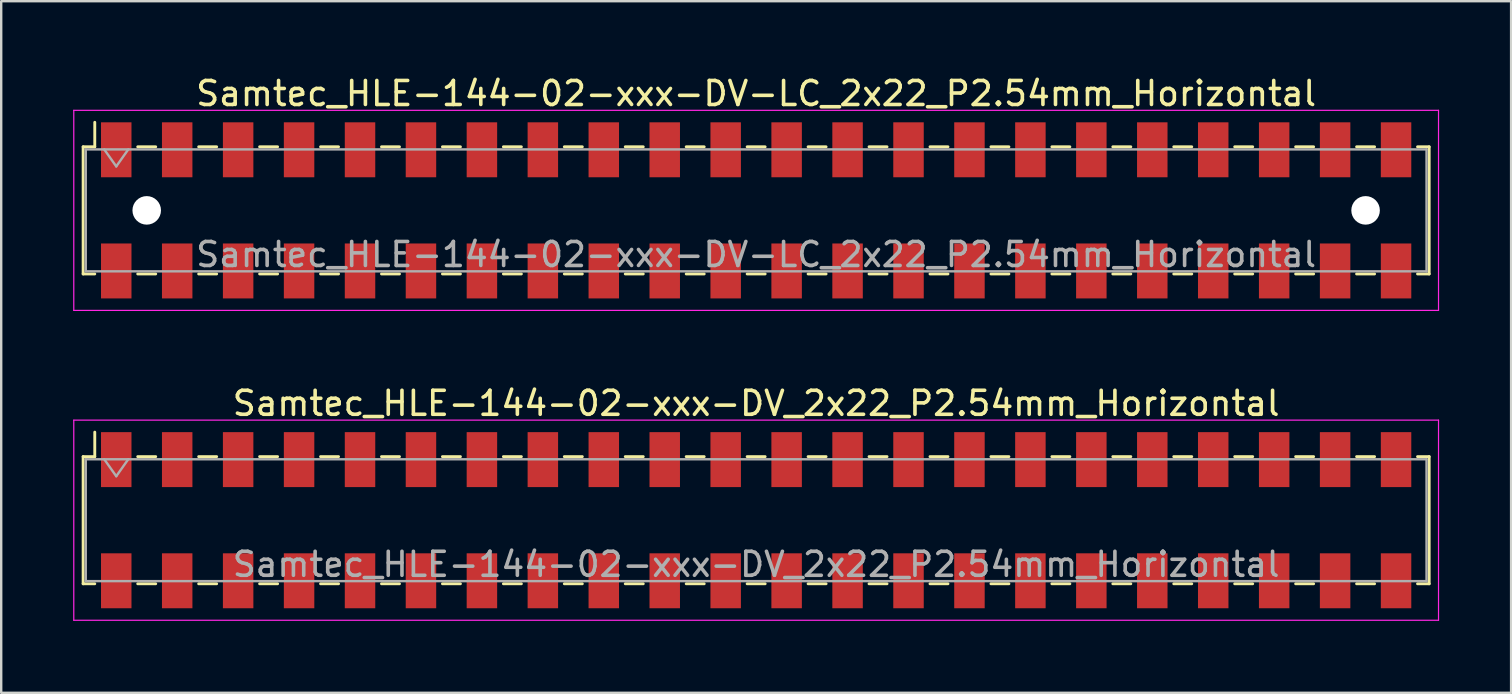
<source format=kicad_pcb>
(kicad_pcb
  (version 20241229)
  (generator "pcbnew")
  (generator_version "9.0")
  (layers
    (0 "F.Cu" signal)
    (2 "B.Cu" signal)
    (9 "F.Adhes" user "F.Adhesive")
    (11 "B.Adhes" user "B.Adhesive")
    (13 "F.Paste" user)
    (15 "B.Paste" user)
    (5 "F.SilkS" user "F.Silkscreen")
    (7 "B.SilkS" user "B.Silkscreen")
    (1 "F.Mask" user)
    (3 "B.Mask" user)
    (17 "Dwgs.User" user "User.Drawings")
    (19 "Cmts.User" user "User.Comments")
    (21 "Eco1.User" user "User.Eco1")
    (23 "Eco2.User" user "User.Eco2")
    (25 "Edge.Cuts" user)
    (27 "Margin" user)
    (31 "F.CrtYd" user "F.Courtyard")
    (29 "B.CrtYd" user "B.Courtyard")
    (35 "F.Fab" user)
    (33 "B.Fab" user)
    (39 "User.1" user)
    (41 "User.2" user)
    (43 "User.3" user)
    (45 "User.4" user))
  (footprint "Samtec_HLE-144-02-xxx-DV_2x22_P2.54mm_Horizontal"
    (layer "F.Cu")
    (at 28.465 18.631)
    (property "Reference" "Samtec_HLE-144-02-xxx-DV_2x22_P2.54mm_Horizontal" (at 0 -4.87 0) (layer "F.SilkS") (effects (font (size 1 1) (thickness 0.15))))
    (attr smd)
    (fp_line (start -28.05 -2.65) (end -28.05 2.65) (stroke (width 0.12) (type solid)) (layer "F.SilkS"))
    (fp_line (start -28.05 2.65) (end -27.565 2.65) (stroke (width 0.12) (type solid)) (layer "F.SilkS"))
    (fp_line (start -27.565 -3.67) (end -27.565 -2.65) (stroke (width 0.12) (type solid)) (layer "F.SilkS"))
    (fp_line (start -27.565 -2.65) (end -28.05 -2.65) (stroke (width 0.12) (type solid)) (layer "F.SilkS"))
    (fp_line (start -25.775 -2.65) (end -25.025 -2.65) (stroke (width 0.12) (type solid)) (layer "F.SilkS"))
    (fp_line (start -25.775 2.65) (end -25.025 2.65) (stroke (width 0.12) (type solid)) (layer "F.SilkS"))
    (fp_line (start -23.235 -2.65) (end -22.485 -2.65) (stroke (width 0.12) (type solid)) (layer "F.SilkS"))
    (fp_line (start -23.235 2.65) (end -22.485 2.65) (stroke (width 0.12) (type solid)) (layer "F.SilkS"))
    (fp_line (start -20.695 -2.65) (end -19.945 -2.65) (stroke (width 0.12) (type solid)) (layer "F.SilkS"))
    (fp_line (start -20.695 2.65) (end -19.945 2.65) (stroke (width 0.12) (type solid)) (layer "F.SilkS"))
    (fp_line (start -18.155 -2.65) (end -17.405 -2.65) (stroke (width 0.12) (type solid)) (layer "F.SilkS"))
    (fp_line (start -18.155 2.65) (end -17.405 2.65) (stroke (width 0.12) (type solid)) (layer "F.SilkS"))
    (fp_line (start -15.615 -2.65) (end -14.865 -2.65) (stroke (width 0.12) (type solid)) (layer "F.SilkS"))
    (fp_line (start -15.615 2.65) (end -14.865 2.65) (stroke (width 0.12) (type solid)) (layer "F.SilkS"))
    (fp_line (start -13.075 -2.65) (end -12.325 -2.65) (stroke (width 0.12) (type solid)) (layer "F.SilkS"))
    (fp_line (start -13.075 2.65) (end -12.325 2.65) (stroke (width 0.12) (type solid)) (layer "F.SilkS"))
    (fp_line (start -10.535 -2.65) (end -9.785 -2.65) (stroke (width 0.12) (type solid)) (layer "F.SilkS"))
    (fp_line (start -10.535 2.65) (end -9.785 2.65) (stroke (width 0.12) (type solid)) (layer "F.SilkS"))
    (fp_line (start -7.995 -2.65) (end -7.245 -2.65) (stroke (width 0.12) (type solid)) (layer "F.SilkS"))
    (fp_line (start -7.995 2.65) (end -7.245 2.65) (stroke (width 0.12) (type solid)) (layer "F.SilkS"))
    (fp_line (start -5.455 -2.65) (end -4.705 -2.65) (stroke (width 0.12) (type solid)) (layer "F.SilkS"))
    (fp_line (start -5.455 2.65) (end -4.705 2.65) (stroke (width 0.12) (type solid)) (layer "F.SilkS"))
    (fp_line (start -2.915 -2.65) (end -2.165 -2.65) (stroke (width 0.12) (type solid)) (layer "F.SilkS"))
    (fp_line (start -2.915 2.65) (end -2.165 2.65) (stroke (width 0.12) (type solid)) (layer "F.SilkS"))
    (fp_line (start -0.375 -2.65) (end 0.375 -2.65) (stroke (width 0.12) (type solid)) (layer "F.SilkS"))
    (fp_line (start -0.375 2.65) (end 0.375 2.65) (stroke (width 0.12) (type solid)) (layer "F.SilkS"))
    (fp_line (start 2.165 -2.65) (end 2.915 -2.65) (stroke (width 0.12) (type solid)) (layer "F.SilkS"))
    (fp_line (start 2.165 2.65) (end 2.915 2.65) (stroke (width 0.12) (type solid)) (layer "F.SilkS"))
    (fp_line (start 4.705 -2.65) (end 5.455 -2.65) (stroke (width 0.12) (type solid)) (layer "F.SilkS"))
    (fp_line (start 4.705 2.65) (end 5.455 2.65) (stroke (width 0.12) (type solid)) (layer "F.SilkS"))
    (fp_line (start 7.245 -2.65) (end 7.995 -2.65) (stroke (width 0.12) (type solid)) (layer "F.SilkS"))
    (fp_line (start 7.245 2.65) (end 7.995 2.65) (stroke (width 0.12) (type solid)) (layer "F.SilkS"))
    (fp_line (start 9.785 -2.65) (end 10.535 -2.65) (stroke (width 0.12) (type solid)) (layer "F.SilkS"))
    (fp_line (start 9.785 2.65) (end 10.535 2.65) (stroke (width 0.12) (type solid)) (layer "F.SilkS"))
    (fp_line (start 12.325 -2.65) (end 13.075 -2.65) (stroke (width 0.12) (type solid)) (layer "F.SilkS"))
    (fp_line (start 12.325 2.65) (end 13.075 2.65) (stroke (width 0.12) (type solid)) (layer "F.SilkS"))
    (fp_line (start 14.865 -2.65) (end 15.615 -2.65) (stroke (width 0.12) (type solid)) (layer "F.SilkS"))
    (fp_line (start 14.865 2.65) (end 15.615 2.65) (stroke (width 0.12) (type solid)) (layer "F.SilkS"))
    (fp_line (start 17.405 -2.65) (end 18.155 -2.65) (stroke (width 0.12) (type solid)) (layer "F.SilkS"))
    (fp_line (start 17.405 2.65) (end 18.155 2.65) (stroke (width 0.12) (type solid)) (layer "F.SilkS"))
    (fp_line (start 19.945 -2.65) (end 20.695 -2.65) (stroke (width 0.12) (type solid)) (layer "F.SilkS"))
    (fp_line (start 19.945 2.65) (end 20.695 2.65) (stroke (width 0.12) (type solid)) (layer "F.SilkS"))
    (fp_line (start 22.485 -2.65) (end 23.235 -2.65) (stroke (width 0.12) (type solid)) (layer "F.SilkS"))
    (fp_line (start 22.485 2.65) (end 23.235 2.65) (stroke (width 0.12) (type solid)) (layer "F.SilkS"))
    (fp_line (start 25.025 -2.65) (end 25.775 -2.65) (stroke (width 0.12) (type solid)) (layer "F.SilkS"))
    (fp_line (start 25.025 2.65) (end 25.775 2.65) (stroke (width 0.12) (type solid)) (layer "F.SilkS"))
    (fp_line (start 27.565 -2.65) (end 28.05 -2.65) (stroke (width 0.12) (type solid)) (layer "F.SilkS"))
    (fp_line (start 28.05 -2.65) (end 28.05 2.65) (stroke (width 0.12) (type solid)) (layer "F.SilkS"))
    (fp_line (start 28.05 2.65) (end 27.565 2.65) (stroke (width 0.12) (type solid)) (layer "F.SilkS"))
    (fp_line (start -28.44 -4.17) (end 28.44 -4.17) (stroke (width 0.05) (type solid)) (layer "F.CrtYd"))
    (fp_line (start -28.44 4.17) (end -28.44 -4.17) (stroke (width 0.05) (type solid)) (layer "F.CrtYd"))
    (fp_line (start 28.44 -4.17) (end 28.44 4.17) (stroke (width 0.05) (type solid)) (layer "F.CrtYd"))
    (fp_line (start 28.44 4.17) (end -28.44 4.17) (stroke (width 0.05) (type solid)) (layer "F.CrtYd"))
    (fp_line (start -27.94 -2.54) (end 27.94 -2.54) (stroke (width 0.1) (type solid)) (layer "F.Fab"))
    (fp_line (start -27.94 2.54) (end -27.94 -2.54) (stroke (width 0.1) (type solid)) (layer "F.Fab"))
    (fp_line (start -27.17 -2.54) (end -26.67 -1.833) (stroke (width 0.1) (type solid)) (layer "F.Fab"))
    (fp_line (start -26.67 -1.833) (end -26.17 -2.54) (stroke (width 0.1) (type solid)) (layer "F.Fab"))
    (fp_line (start 27.94 -2.54) (end 27.94 2.54) (stroke (width 0.1) (type solid)) (layer "F.Fab"))
    (fp_line (start 27.94 2.54) (end -27.94 2.54) (stroke (width 0.1) (type solid)) (layer "F.Fab"))
    (fp_text user "${REFERENCE}" (at 0 1.84 0) (layer "F.Fab") (effects (font (size 1 1) (thickness 0.15))))
    (pad "1" smd rect (at -26.67 -2.525) (size 1.27 2.29) (layers "F.Cu" "F.Mask" "F.Paste"))
    (pad "2" smd rect (at -26.67 2.525) (size 1.27 2.29) (layers "F.Cu" "F.Mask" "F.Paste"))
    (pad "3" smd rect (at -24.13 -2.525) (size 1.27 2.29) (layers "F.Cu" "F.Mask" "F.Paste"))
    (pad "4" smd rect (at -24.13 2.525) (size 1.27 2.29) (layers "F.Cu" "F.Mask" "F.Paste"))
    (pad "5" smd rect (at -21.59 -2.525) (size 1.27 2.29) (layers "F.Cu" "F.Mask" "F.Paste"))
    (pad "6" smd rect (at -21.59 2.525) (size 1.27 2.29) (layers "F.Cu" "F.Mask" "F.Paste"))
    (pad "7" smd rect (at -19.05 -2.525) (size 1.27 2.29) (layers "F.Cu" "F.Mask" "F.Paste"))
    (pad "8" smd rect (at -19.05 2.525) (size 1.27 2.29) (layers "F.Cu" "F.Mask" "F.Paste"))
    (pad "9" smd rect (at -16.51 -2.525) (size 1.27 2.29) (layers "F.Cu" "F.Mask" "F.Paste"))
    (pad "10" smd rect (at -16.51 2.525) (size 1.27 2.29) (layers "F.Cu" "F.Mask" "F.Paste"))
    (pad "11" smd rect (at -13.97 -2.525) (size 1.27 2.29) (layers "F.Cu" "F.Mask" "F.Paste"))
    (pad "12" smd rect (at -13.97 2.525) (size 1.27 2.29) (layers "F.Cu" "F.Mask" "F.Paste"))
    (pad "13" smd rect (at -11.43 -2.525) (size 1.27 2.29) (layers "F.Cu" "F.Mask" "F.Paste"))
    (pad "14" smd rect (at -11.43 2.525) (size 1.27 2.29) (layers "F.Cu" "F.Mask" "F.Paste"))
    (pad "15" smd rect (at -8.89 -2.525) (size 1.27 2.29) (layers "F.Cu" "F.Mask" "F.Paste"))
    (pad "16" smd rect (at -8.89 2.525) (size 1.27 2.29) (layers "F.Cu" "F.Mask" "F.Paste"))
    (pad "17" smd rect (at -6.35 -2.525) (size 1.27 2.29) (layers "F.Cu" "F.Mask" "F.Paste"))
    (pad "18" smd rect (at -6.35 2.525) (size 1.27 2.29) (layers "F.Cu" "F.Mask" "F.Paste"))
    (pad "19" smd rect (at -3.81 -2.525) (size 1.27 2.29) (layers "F.Cu" "F.Mask" "F.Paste"))
    (pad "20" smd rect (at -3.81 2.525) (size 1.27 2.29) (layers "F.Cu" "F.Mask" "F.Paste"))
    (pad "21" smd rect (at -1.27 -2.525) (size 1.27 2.29) (layers "F.Cu" "F.Mask" "F.Paste"))
    (pad "22" smd rect (at -1.27 2.525) (size 1.27 2.29) (layers "F.Cu" "F.Mask" "F.Paste"))
    (pad "23" smd rect (at 1.27 -2.525) (size 1.27 2.29) (layers "F.Cu" "F.Mask" "F.Paste"))
    (pad "24" smd rect (at 1.27 2.525) (size 1.27 2.29) (layers "F.Cu" "F.Mask" "F.Paste"))
    (pad "25" smd rect (at 3.81 -2.525) (size 1.27 2.29) (layers "F.Cu" "F.Mask" "F.Paste"))
    (pad "26" smd rect (at 3.81 2.525) (size 1.27 2.29) (layers "F.Cu" "F.Mask" "F.Paste"))
    (pad "27" smd rect (at 6.35 -2.525) (size 1.27 2.29) (layers "F.Cu" "F.Mask" "F.Paste"))
    (pad "28" smd rect (at 6.35 2.525) (size 1.27 2.29) (layers "F.Cu" "F.Mask" "F.Paste"))
    (pad "29" smd rect (at 8.89 -2.525) (size 1.27 2.29) (layers "F.Cu" "F.Mask" "F.Paste"))
    (pad "30" smd rect (at 8.89 2.525) (size 1.27 2.29) (layers "F.Cu" "F.Mask" "F.Paste"))
    (pad "31" smd rect (at 11.43 -2.525) (size 1.27 2.29) (layers "F.Cu" "F.Mask" "F.Paste"))
    (pad "32" smd rect (at 11.43 2.525) (size 1.27 2.29) (layers "F.Cu" "F.Mask" "F.Paste"))
    (pad "33" smd rect (at 13.97 -2.525) (size 1.27 2.29) (layers "F.Cu" "F.Mask" "F.Paste"))
    (pad "34" smd rect (at 13.97 2.525) (size 1.27 2.29) (layers "F.Cu" "F.Mask" "F.Paste"))
    (pad "35" smd rect (at 16.51 -2.525) (size 1.27 2.29) (layers "F.Cu" "F.Mask" "F.Paste"))
    (pad "36" smd rect (at 16.51 2.525) (size 1.27 2.29) (layers "F.Cu" "F.Mask" "F.Paste"))
    (pad "37" smd rect (at 19.05 -2.525) (size 1.27 2.29) (layers "F.Cu" "F.Mask" "F.Paste"))
    (pad "38" smd rect (at 19.05 2.525) (size 1.27 2.29) (layers "F.Cu" "F.Mask" "F.Paste"))
    (pad "39" smd rect (at 21.59 -2.525) (size 1.27 2.29) (layers "F.Cu" "F.Mask" "F.Paste"))
    (pad "40" smd rect (at 21.59 2.525) (size 1.27 2.29) (layers "F.Cu" "F.Mask" "F.Paste"))
    (pad "41" smd rect (at 24.13 -2.525) (size 1.27 2.29) (layers "F.Cu" "F.Mask" "F.Paste"))
    (pad "42" smd rect (at 24.13 2.525) (size 1.27 2.29) (layers "F.Cu" "F.Mask" "F.Paste"))
    (pad "43" smd rect (at 26.67 -2.525) (size 1.27 2.29) (layers "F.Cu" "F.Mask" "F.Paste"))
    (pad "44" smd rect (at 26.67 2.525) (size 1.27 2.29) (layers "F.Cu" "F.Mask" "F.Paste")))
  (footprint "Samtec_HLE-144-02-xxx-DV-LC_2x22_P2.54mm_Horizontal"
    (layer "F.Cu")
    (at 28.465 5.718)
    (property "Reference" "Samtec_HLE-144-02-xxx-DV-LC_2x22_P2.54mm_Horizontal" (at 0 -4.87 0) (layer "F.SilkS") (effects (font (size 1 1) (thickness 0.15))))
    (attr smd)
    (fp_line (start -28.05 -2.65) (end -28.05 2.65) (stroke (width 0.12) (type solid)) (layer "F.SilkS"))
    (fp_line (start -28.05 2.65) (end -27.565 2.65) (stroke (width 0.12) (type solid)) (layer "F.SilkS"))
    (fp_line (start -27.565 -3.67) (end -27.565 -2.65) (stroke (width 0.12) (type solid)) (layer "F.SilkS"))
    (fp_line (start -27.565 -2.65) (end -28.05 -2.65) (stroke (width 0.12) (type solid)) (layer "F.SilkS"))
    (fp_line (start -25.775 -2.65) (end -25.025 -2.65) (stroke (width 0.12) (type solid)) (layer "F.SilkS"))
    (fp_line (start -25.775 2.65) (end -25.025 2.65) (stroke (width 0.12) (type solid)) (layer "F.SilkS"))
    (fp_line (start -23.235 -2.65) (end -22.485 -2.65) (stroke (width 0.12) (type solid)) (layer "F.SilkS"))
    (fp_line (start -23.235 2.65) (end -22.485 2.65) (stroke (width 0.12) (type solid)) (layer "F.SilkS"))
    (fp_line (start -20.695 -2.65) (end -19.945 -2.65) (stroke (width 0.12) (type solid)) (layer "F.SilkS"))
    (fp_line (start -20.695 2.65) (end -19.945 2.65) (stroke (width 0.12) (type solid)) (layer "F.SilkS"))
    (fp_line (start -18.155 -2.65) (end -17.405 -2.65) (stroke (width 0.12) (type solid)) (layer "F.SilkS"))
    (fp_line (start -18.155 2.65) (end -17.405 2.65) (stroke (width 0.12) (type solid)) (layer "F.SilkS"))
    (fp_line (start -15.615 -2.65) (end -14.865 -2.65) (stroke (width 0.12) (type solid)) (layer "F.SilkS"))
    (fp_line (start -15.615 2.65) (end -14.865 2.65) (stroke (width 0.12) (type solid)) (layer "F.SilkS"))
    (fp_line (start -13.075 -2.65) (end -12.325 -2.65) (stroke (width 0.12) (type solid)) (layer "F.SilkS"))
    (fp_line (start -13.075 2.65) (end -12.325 2.65) (stroke (width 0.12) (type solid)) (layer "F.SilkS"))
    (fp_line (start -10.535 -2.65) (end -9.785 -2.65) (stroke (width 0.12) (type solid)) (layer "F.SilkS"))
    (fp_line (start -10.535 2.65) (end -9.785 2.65) (stroke (width 0.12) (type solid)) (layer "F.SilkS"))
    (fp_line (start -7.995 -2.65) (end -7.245 -2.65) (stroke (width 0.12) (type solid)) (layer "F.SilkS"))
    (fp_line (start -7.995 2.65) (end -7.245 2.65) (stroke (width 0.12) (type solid)) (layer "F.SilkS"))
    (fp_line (start -5.455 -2.65) (end -4.705 -2.65) (stroke (width 0.12) (type solid)) (layer "F.SilkS"))
    (fp_line (start -5.455 2.65) (end -4.705 2.65) (stroke (width 0.12) (type solid)) (layer "F.SilkS"))
    (fp_line (start -2.915 -2.65) (end -2.165 -2.65) (stroke (width 0.12) (type solid)) (layer "F.SilkS"))
    (fp_line (start -2.915 2.65) (end -2.165 2.65) (stroke (width 0.12) (type solid)) (layer "F.SilkS"))
    (fp_line (start -0.375 -2.65) (end 0.375 -2.65) (stroke (width 0.12) (type solid)) (layer "F.SilkS"))
    (fp_line (start -0.375 2.65) (end 0.375 2.65) (stroke (width 0.12) (type solid)) (layer "F.SilkS"))
    (fp_line (start 2.165 -2.65) (end 2.915 -2.65) (stroke (width 0.12) (type solid)) (layer "F.SilkS"))
    (fp_line (start 2.165 2.65) (end 2.915 2.65) (stroke (width 0.12) (type solid)) (layer "F.SilkS"))
    (fp_line (start 4.705 -2.65) (end 5.455 -2.65) (stroke (width 0.12) (type solid)) (layer "F.SilkS"))
    (fp_line (start 4.705 2.65) (end 5.455 2.65) (stroke (width 0.12) (type solid)) (layer "F.SilkS"))
    (fp_line (start 7.245 -2.65) (end 7.995 -2.65) (stroke (width 0.12) (type solid)) (layer "F.SilkS"))
    (fp_line (start 7.245 2.65) (end 7.995 2.65) (stroke (width 0.12) (type solid)) (layer "F.SilkS"))
    (fp_line (start 9.785 -2.65) (end 10.535 -2.65) (stroke (width 0.12) (type solid)) (layer "F.SilkS"))
    (fp_line (start 9.785 2.65) (end 10.535 2.65) (stroke (width 0.12) (type solid)) (layer "F.SilkS"))
    (fp_line (start 12.325 -2.65) (end 13.075 -2.65) (stroke (width 0.12) (type solid)) (layer "F.SilkS"))
    (fp_line (start 12.325 2.65) (end 13.075 2.65) (stroke (width 0.12) (type solid)) (layer "F.SilkS"))
    (fp_line (start 14.865 -2.65) (end 15.615 -2.65) (stroke (width 0.12) (type solid)) (layer "F.SilkS"))
    (fp_line (start 14.865 2.65) (end 15.615 2.65) (stroke (width 0.12) (type solid)) (layer "F.SilkS"))
    (fp_line (start 17.405 -2.65) (end 18.155 -2.65) (stroke (width 0.12) (type solid)) (layer "F.SilkS"))
    (fp_line (start 17.405 2.65) (end 18.155 2.65) (stroke (width 0.12) (type solid)) (layer "F.SilkS"))
    (fp_line (start 19.945 -2.65) (end 20.695 -2.65) (stroke (width 0.12) (type solid)) (layer "F.SilkS"))
    (fp_line (start 19.945 2.65) (end 20.695 2.65) (stroke (width 0.12) (type solid)) (layer "F.SilkS"))
    (fp_line (start 22.485 -2.65) (end 23.235 -2.65) (stroke (width 0.12) (type solid)) (layer "F.SilkS"))
    (fp_line (start 22.485 2.65) (end 23.235 2.65) (stroke (width 0.12) (type solid)) (layer "F.SilkS"))
    (fp_line (start 25.025 -2.65) (end 25.775 -2.65) (stroke (width 0.12) (type solid)) (layer "F.SilkS"))
    (fp_line (start 25.025 2.65) (end 25.775 2.65) (stroke (width 0.12) (type solid)) (layer "F.SilkS"))
    (fp_line (start 27.565 -2.65) (end 28.05 -2.65) (stroke (width 0.12) (type solid)) (layer "F.SilkS"))
    (fp_line (start 28.05 -2.65) (end 28.05 2.65) (stroke (width 0.12) (type solid)) (layer "F.SilkS"))
    (fp_line (start 28.05 2.65) (end 27.565 2.65) (stroke (width 0.12) (type solid)) (layer "F.SilkS"))
    (fp_line (start -28.44 -4.17) (end 28.44 -4.17) (stroke (width 0.05) (type solid)) (layer "F.CrtYd"))
    (fp_line (start -28.44 4.17) (end -28.44 -4.17) (stroke (width 0.05) (type solid)) (layer "F.CrtYd"))
    (fp_line (start 28.44 -4.17) (end 28.44 4.17) (stroke (width 0.05) (type solid)) (layer "F.CrtYd"))
    (fp_line (start 28.44 4.17) (end -28.44 4.17) (stroke (width 0.05) (type solid)) (layer "F.CrtYd"))
    (fp_line (start -27.94 -2.54) (end 27.94 -2.54) (stroke (width 0.1) (type solid)) (layer "F.Fab"))
    (fp_line (start -27.94 2.54) (end -27.94 -2.54) (stroke (width 0.1) (type solid)) (layer "F.Fab"))
    (fp_line (start -27.17 -2.54) (end -26.67 -1.833) (stroke (width 0.1) (type solid)) (layer "F.Fab"))
    (fp_line (start -26.67 -1.833) (end -26.17 -2.54) (stroke (width 0.1) (type solid)) (layer "F.Fab"))
    (fp_line (start 27.94 -2.54) (end 27.94 2.54) (stroke (width 0.1) (type solid)) (layer "F.Fab"))
    (fp_line (start 27.94 2.54) (end -27.94 2.54) (stroke (width 0.1) (type solid)) (layer "F.Fab"))
    (fp_text user "${REFERENCE}" (at 0 1.84 0) (layer "F.Fab") (effects (font (size 1 1) (thickness 0.15))))
    (pad "" np_thru_hole circle (at -25.4 0) (size 1.19 1.19) (drill 1.19) (layers "*.Cu" "*.Mask"))
    (pad "" np_thru_hole circle (at 25.4 0) (size 1.19 1.19) (drill 1.19) (layers "*.Cu" "*.Mask"))
    (pad "1" smd rect (at -26.67 -2.525) (size 1.27 2.29) (layers "F.Cu" "F.Mask" "F.Paste"))
    (pad "2" smd rect (at -26.67 2.525) (size 1.27 2.29) (layers "F.Cu" "F.Mask" "F.Paste"))
    (pad "3" smd rect (at -24.13 -2.525) (size 1.27 2.29) (layers "F.Cu" "F.Mask" "F.Paste"))
    (pad "4" smd rect (at -24.13 2.525) (size 1.27 2.29) (layers "F.Cu" "F.Mask" "F.Paste"))
    (pad "5" smd rect (at -21.59 -2.525) (size 1.27 2.29) (layers "F.Cu" "F.Mask" "F.Paste"))
    (pad "6" smd rect (at -21.59 2.525) (size 1.27 2.29) (layers "F.Cu" "F.Mask" "F.Paste"))
    (pad "7" smd rect (at -19.05 -2.525) (size 1.27 2.29) (layers "F.Cu" "F.Mask" "F.Paste"))
    (pad "8" smd rect (at -19.05 2.525) (size 1.27 2.29) (layers "F.Cu" "F.Mask" "F.Paste"))
    (pad "9" smd rect (at -16.51 -2.525) (size 1.27 2.29) (layers "F.Cu" "F.Mask" "F.Paste"))
    (pad "10" smd rect (at -16.51 2.525) (size 1.27 2.29) (layers "F.Cu" "F.Mask" "F.Paste"))
    (pad "11" smd rect (at -13.97 -2.525) (size 1.27 2.29) (layers "F.Cu" "F.Mask" "F.Paste"))
    (pad "12" smd rect (at -13.97 2.525) (size 1.27 2.29) (layers "F.Cu" "F.Mask" "F.Paste"))
    (pad "13" smd rect (at -11.43 -2.525) (size 1.27 2.29) (layers "F.Cu" "F.Mask" "F.Paste"))
    (pad "14" smd rect (at -11.43 2.525) (size 1.27 2.29) (layers "F.Cu" "F.Mask" "F.Paste"))
    (pad "15" smd rect (at -8.89 -2.525) (size 1.27 2.29) (layers "F.Cu" "F.Mask" "F.Paste"))
    (pad "16" smd rect (at -8.89 2.525) (size 1.27 2.29) (layers "F.Cu" "F.Mask" "F.Paste"))
    (pad "17" smd rect (at -6.35 -2.525) (size 1.27 2.29) (layers "F.Cu" "F.Mask" "F.Paste"))
    (pad "18" smd rect (at -6.35 2.525) (size 1.27 2.29) (layers "F.Cu" "F.Mask" "F.Paste"))
    (pad "19" smd rect (at -3.81 -2.525) (size 1.27 2.29) (layers "F.Cu" "F.Mask" "F.Paste"))
    (pad "20" smd rect (at -3.81 2.525) (size 1.27 2.29) (layers "F.Cu" "F.Mask" "F.Paste"))
    (pad "21" smd rect (at -1.27 -2.525) (size 1.27 2.29) (layers "F.Cu" "F.Mask" "F.Paste"))
    (pad "22" smd rect (at -1.27 2.525) (size 1.27 2.29) (layers "F.Cu" "F.Mask" "F.Paste"))
    (pad "23" smd rect (at 1.27 -2.525) (size 1.27 2.29) (layers "F.Cu" "F.Mask" "F.Paste"))
    (pad "24" smd rect (at 1.27 2.525) (size 1.27 2.29) (layers "F.Cu" "F.Mask" "F.Paste"))
    (pad "25" smd rect (at 3.81 -2.525) (size 1.27 2.29) (layers "F.Cu" "F.Mask" "F.Paste"))
    (pad "26" smd rect (at 3.81 2.525) (size 1.27 2.29) (layers "F.Cu" "F.Mask" "F.Paste"))
    (pad "27" smd rect (at 6.35 -2.525) (size 1.27 2.29) (layers "F.Cu" "F.Mask" "F.Paste"))
    (pad "28" smd rect (at 6.35 2.525) (size 1.27 2.29) (layers "F.Cu" "F.Mask" "F.Paste"))
    (pad "29" smd rect (at 8.89 -2.525) (size 1.27 2.29) (layers "F.Cu" "F.Mask" "F.Paste"))
    (pad "30" smd rect (at 8.89 2.525) (size 1.27 2.29) (layers "F.Cu" "F.Mask" "F.Paste"))
    (pad "31" smd rect (at 11.43 -2.525) (size 1.27 2.29) (layers "F.Cu" "F.Mask" "F.Paste"))
    (pad "32" smd rect (at 11.43 2.525) (size 1.27 2.29) (layers "F.Cu" "F.Mask" "F.Paste"))
    (pad "33" smd rect (at 13.97 -2.525) (size 1.27 2.29) (layers "F.Cu" "F.Mask" "F.Paste"))
    (pad "34" smd rect (at 13.97 2.525) (size 1.27 2.29) (layers "F.Cu" "F.Mask" "F.Paste"))
    (pad "35" smd rect (at 16.51 -2.525) (size 1.27 2.29) (layers "F.Cu" "F.Mask" "F.Paste"))
    (pad "36" smd rect (at 16.51 2.525) (size 1.27 2.29) (layers "F.Cu" "F.Mask" "F.Paste"))
    (pad "37" smd rect (at 19.05 -2.525) (size 1.27 2.29) (layers "F.Cu" "F.Mask" "F.Paste"))
    (pad "38" smd rect (at 19.05 2.525) (size 1.27 2.29) (layers "F.Cu" "F.Mask" "F.Paste"))
    (pad "39" smd rect (at 21.59 -2.525) (size 1.27 2.29) (layers "F.Cu" "F.Mask" "F.Paste"))
    (pad "40" smd rect (at 21.59 2.525) (size 1.27 2.29) (layers "F.Cu" "F.Mask" "F.Paste"))
    (pad "41" smd rect (at 24.13 -2.525) (size 1.27 2.29) (layers "F.Cu" "F.Mask" "F.Paste"))
    (pad "42" smd rect (at 24.13 2.525) (size 1.27 2.29) (layers "F.Cu" "F.Mask" "F.Paste"))
    (pad "43" smd rect (at 26.67 -2.525) (size 1.27 2.29) (layers "F.Cu" "F.Mask" "F.Paste"))
    (pad "44" smd rect (at 26.67 2.525) (size 1.27 2.29) (layers "F.Cu" "F.Mask" "F.Paste")))
  (gr_rect
    (start -3 -3)
    (end 59.93 25.826)
    (stroke (width 0.1) (type default))
    (fill no)
    (layer "Edge.Cuts")))
</source>
